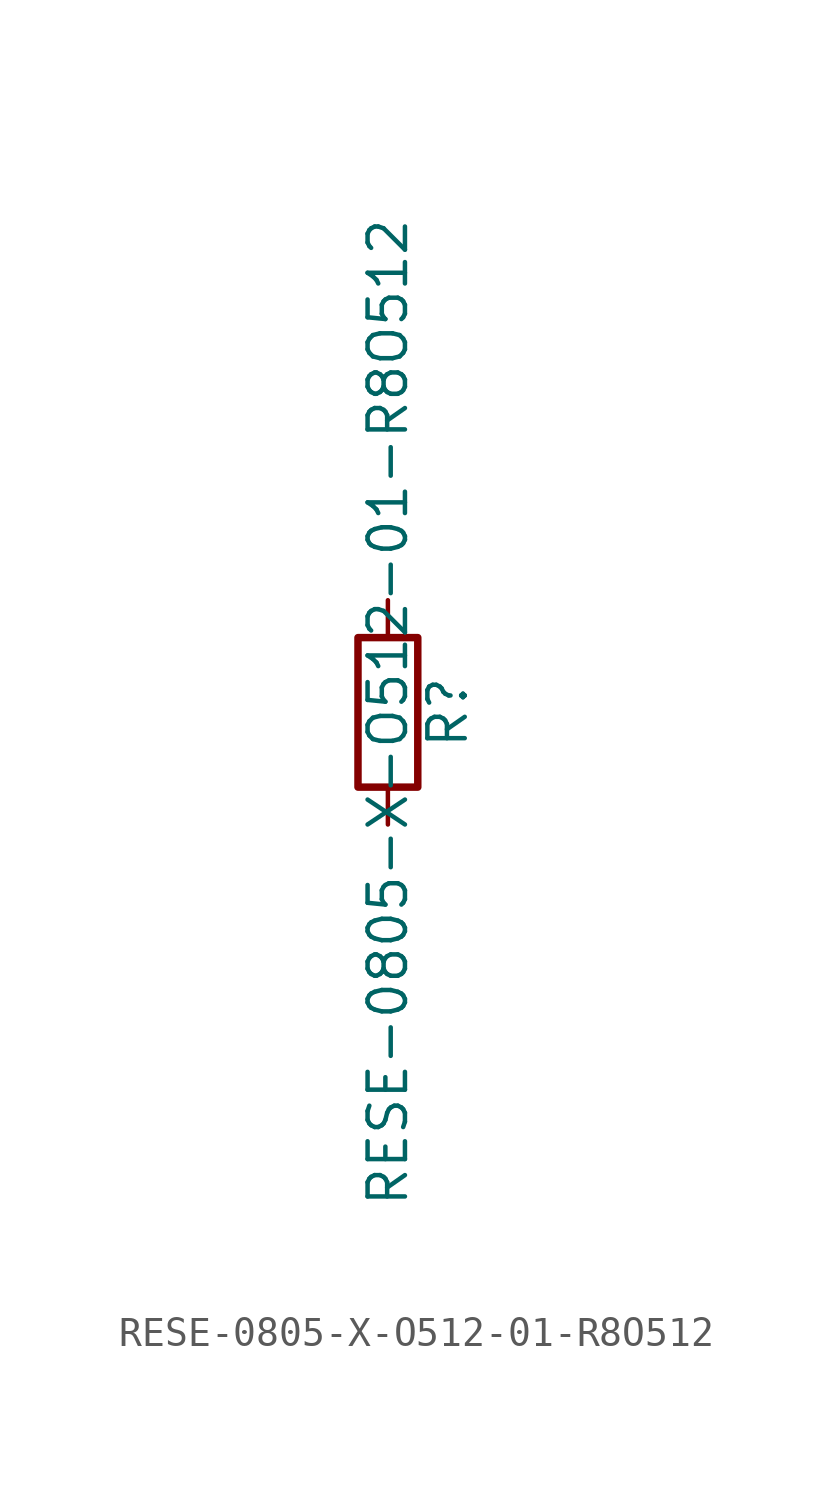
<source format=kicad_sym>
(kicad_symbol_lib
  (version 20211014)
  (generator kicad_symbol_editor)
  (symbol "RESE-0805-X-O512-01-R8O512"
    (pin_numbers hide)
    (pin_names
      (offset 0))
    (property "Reference" "R"
      (at 2.032 0 90)
      (effects (font (size 1.27 1.27))))
    (property "Value" "RESE-0805-X-O512-01-R8O512"
      (at 0 0 90)
      (effects (font (size 1.27 1.27))))
    (symbol "RESE-0805-X-O512-01-R8O512_0_1"
      (rectangle (start -1.016 -2.54) (end 1.016 2.54) (stroke (width 0.254) (type default) (color 0 0 0 0)) (fill (type none))))
    (symbol "RESE-0805-X-O512-01-R8O512_1_1"
      (pin passive line (at 0 3.81 270) (length 1.27) (name "~" (effects (font (size 1.27 1.27)))) (number "1" (effects (font (size 1.27 1.27)))))
      (pin passive line (at 0 -3.81 90) (length 1.27) (name "~" (effects (font (size 1.27 1.27)))) (number "2" (effects (font (size 1.27 1.27))))))))
</source>
